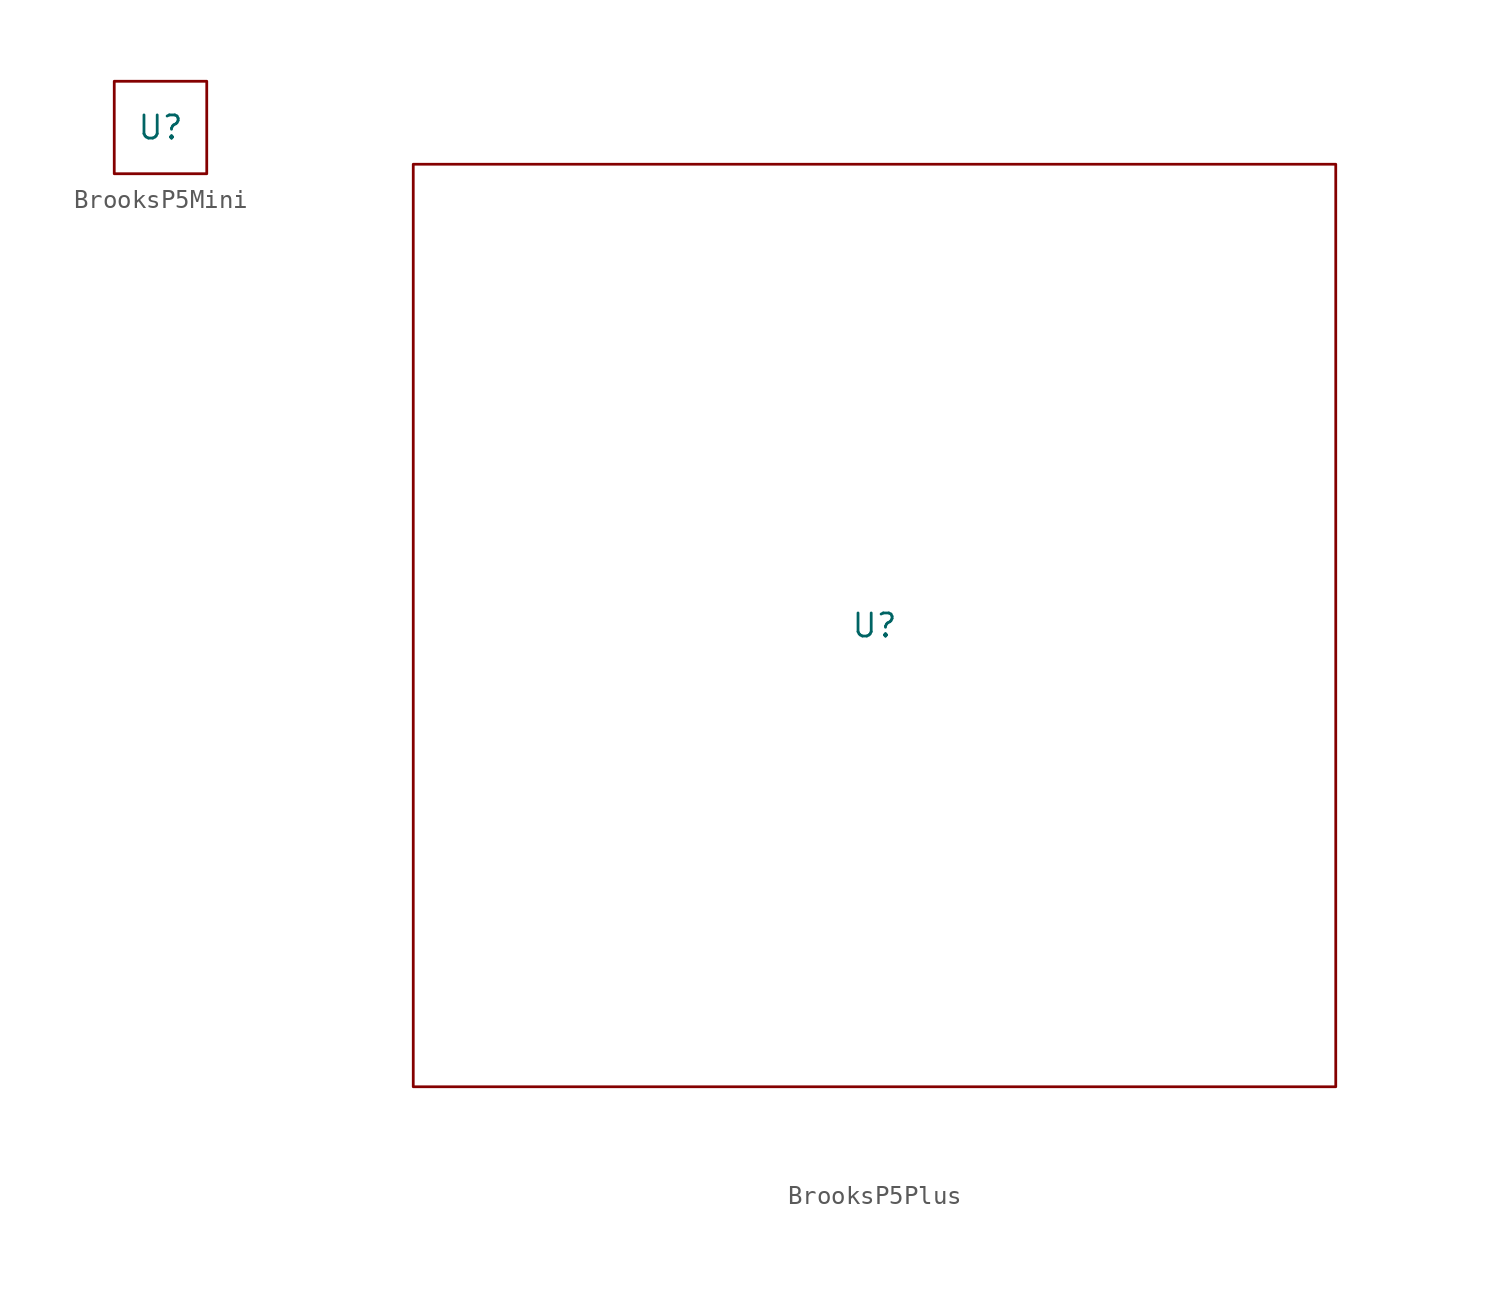
<source format=kicad_sym>
(kicad_symbol_lib
  (version 20231120)
  (generator "kicad_symbol_editor")
  (generator_version "8.0")
  (symbol "BrooksP5Mini"
    (property "Reference" "U"
      (at 0 0 0)
      (effects (font (size 1.27 1.27))))
    (property "Value" ""
      (at 0 0 0)
      (effects (font (size 1.27 1.27))))
    (symbol "BrooksP5Mini_0_1"
      (rectangle (start -2.54 2.54) (end 2.54 -2.54) (stroke (width 0) (type default)) (fill (type none)))))
  (symbol "BrooksP5Plus"
    (property "Reference" "U"
      (at 0 0 0)
      (effects (font (size 1.27 1.27))))
    (property "Value" ""
      (at 0 0 0)
      (effects (font (size 1.27 1.27))))
    (symbol "BrooksP5Plus_0_1"
      (rectangle (start -25.4 25.4) (end 25.4 -25.4) (stroke (width 0) (type default)) (fill (type none))))))
</source>
